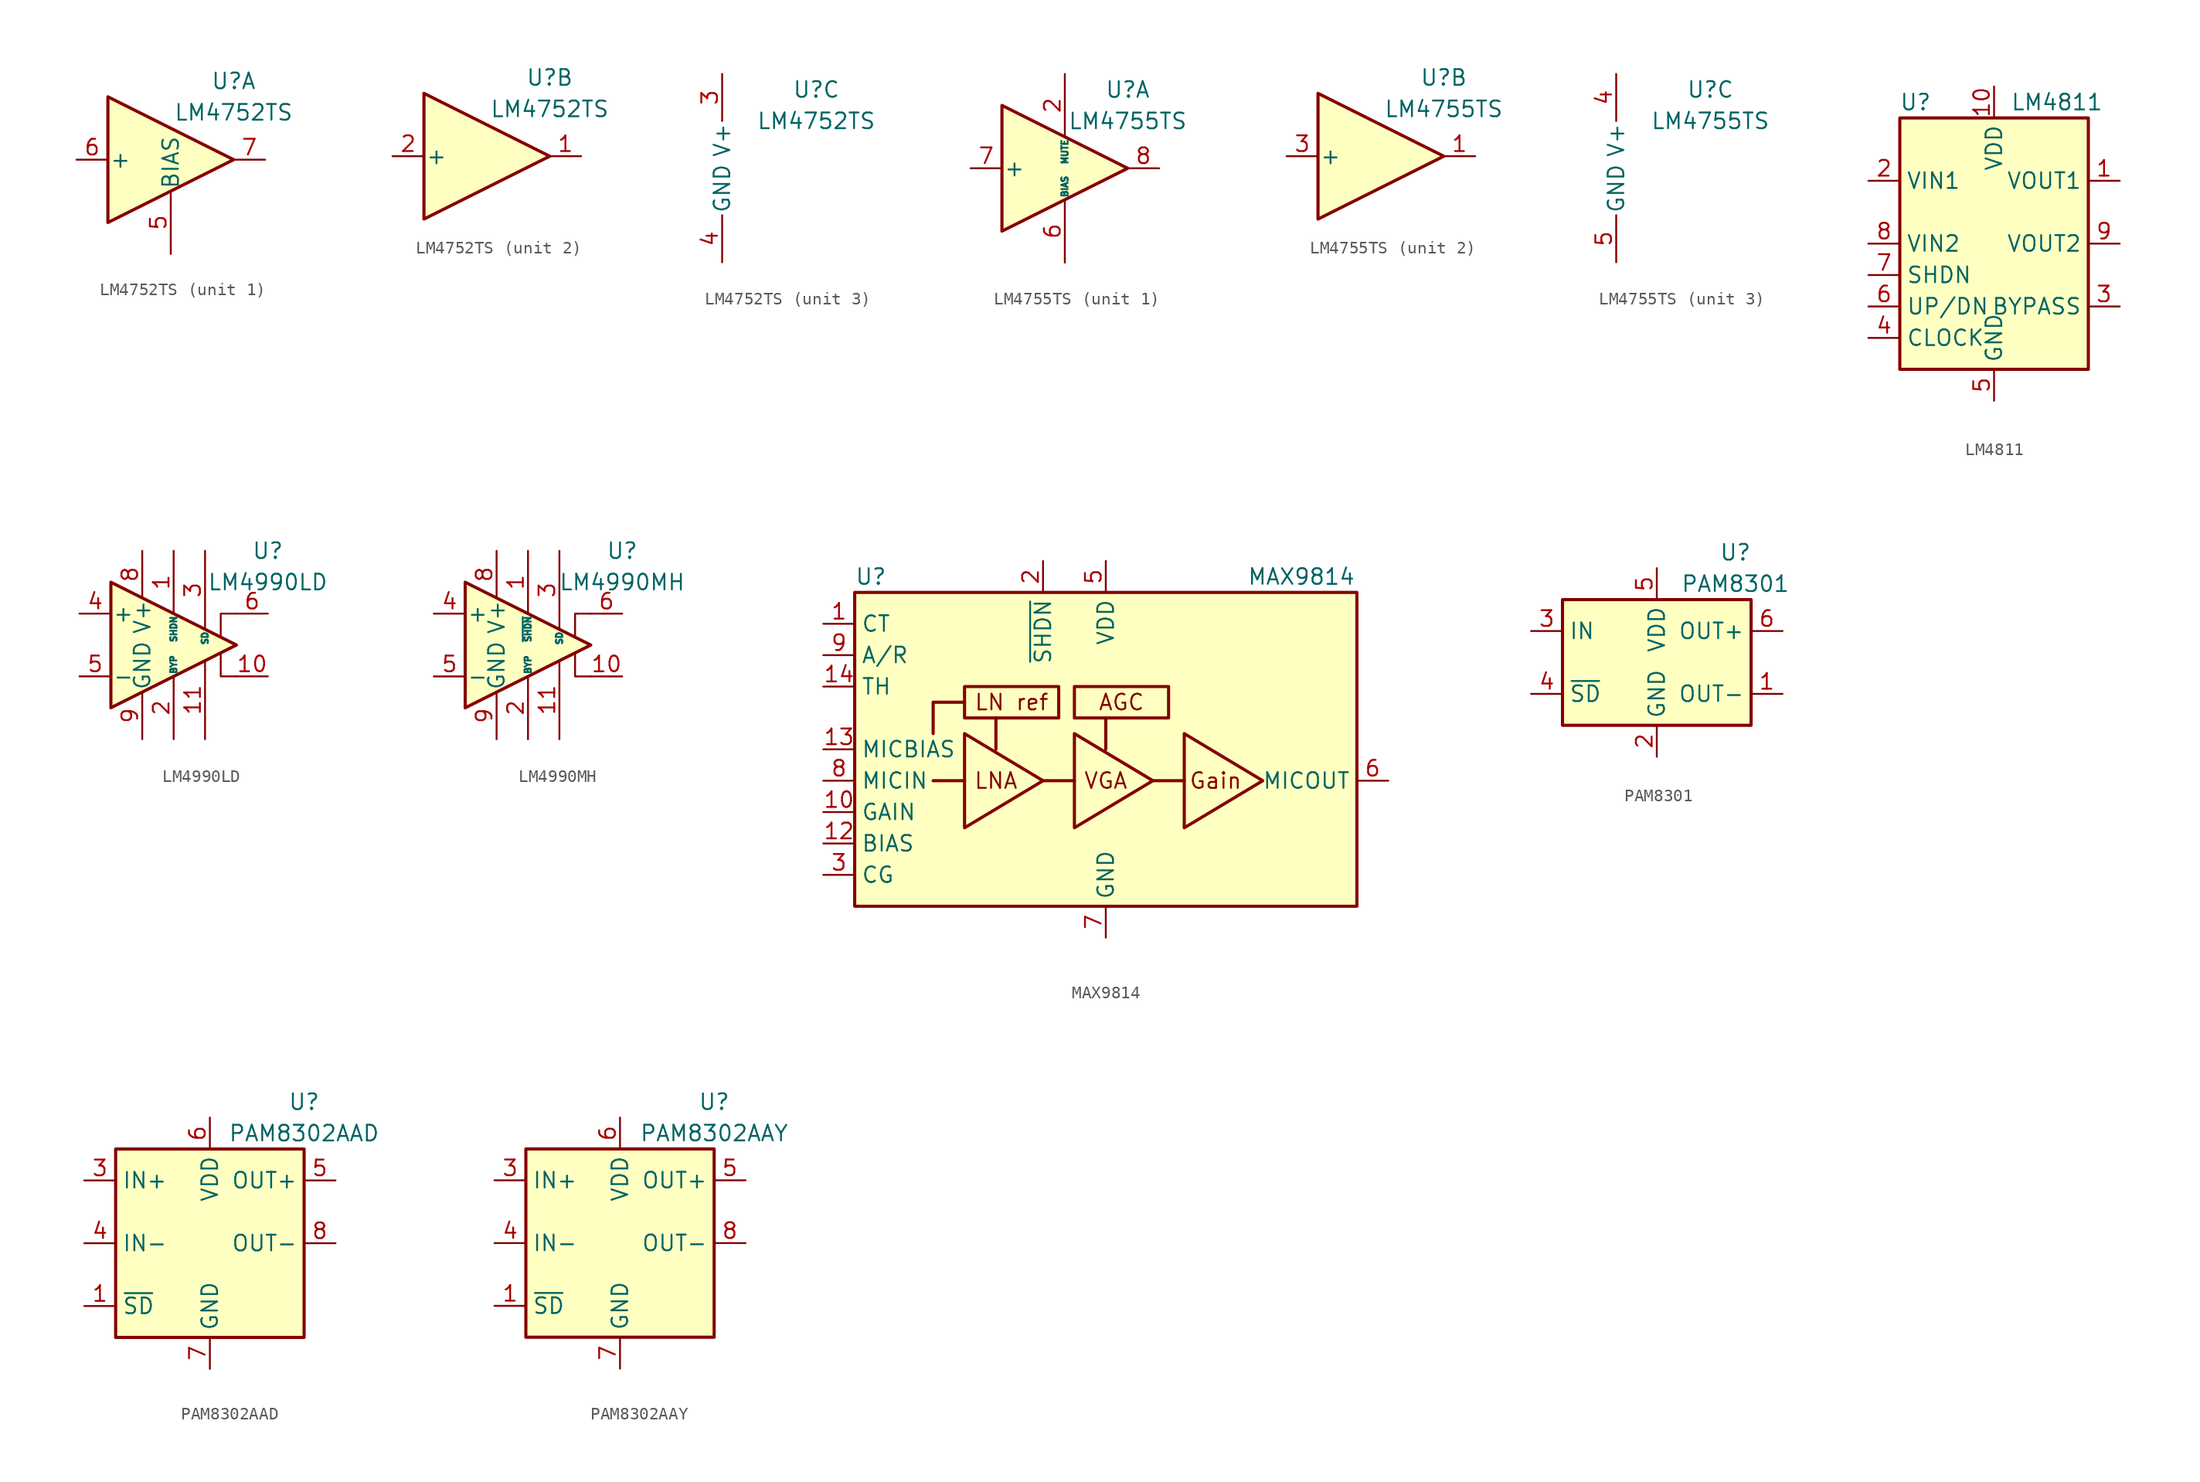
<source format=kicad_sym>
(kicad_symbol_lib
  (version 20201005)
  (generator kicad_symbol_editor)
  (symbol "LM4752TS"
    (pin_names
      (offset 0.127))
    (property "Reference" "U"
      (at 5.08 6.35 0)
      (effects (font (size 1.27 1.27))))
    (property "Value" "LM4752TS"
      (at 5.08 3.81 0)
      (effects (font (size 1.27 1.27))))
    (property "ki_locked" ""
      (at 0 0 0)
      (effects (font (size 1.27 1.27))))
    (symbol "LM4752TS_1_1"
      (polyline (pts (xy -5.08 5.08) (xy 5.08 0) (xy -5.08 -5.08) (xy -5.08 5.08)) (stroke (width 0.254)) (fill (type background)))
      (pin input line (at 0 -7.62 90) (length 5.08) (name "BIAS" (effects (font (size 1.27 1.27)))) (number "5" (effects (font (size 1.27 1.27)))))
      (pin input line (at -7.62 0 0) (length 2.54) (name "+" (effects (font (size 1.27 1.27)))) (number "6" (effects (font (size 1.27 1.27)))))
      (pin output line (at 7.62 0 180) (length 2.54) (name "~" (effects (font (size 1.27 1.27)))) (number "7" (effects (font (size 1.27 1.27))))))
    (symbol "LM4752TS_2_1"
      (polyline (pts (xy -5.08 5.08) (xy 5.08 0) (xy -5.08 -5.08) (xy -5.08 5.08)) (stroke (width 0.254)) (fill (type background)))
      (pin output line (at 7.62 0 180) (length 2.54) (name "~" (effects (font (size 1.27 1.27)))) (number "1" (effects (font (size 1.27 1.27)))))
      (pin input line (at -7.62 0 0) (length 2.54) (name "+" (effects (font (size 1.27 1.27)))) (number "2" (effects (font (size 1.27 1.27))))))
    (symbol "LM4752TS_3_1"
      (pin power_in line (at -2.54 7.62 270) (length 3.81) (name "V+" (effects (font (size 1.27 1.27)))) (number "3" (effects (font (size 1.27 1.27)))))
      (pin power_in line (at -2.54 -7.62 90) (length 3.81) (name "GND" (effects (font (size 1.27 1.27)))) (number "4" (effects (font (size 1.27 1.27)))))))
  (symbol "LM4755TS"
    (pin_names
      (offset 0.127))
    (property "Reference" "U"
      (at 5.08 6.35 0)
      (effects (font (size 1.27 1.27))))
    (property "Value" "LM4755TS"
      (at 5.08 3.81 0)
      (effects (font (size 1.27 1.27))))
    (property "ki_locked" ""
      (at 0 0 0)
      (effects (font (size 1.27 1.27))))
    (symbol "LM4755TS_1_1"
      (polyline (pts (xy -5.08 5.08) (xy 5.08 0) (xy -5.08 -5.08) (xy -5.08 5.08)) (stroke (width 0.254)) (fill (type background)))
      (pin input line (at 0 7.62 270) (length 5.08) (name "MUTE" (effects (font (size 0.508 0.508)))) (number "2" (effects (font (size 1.27 1.27)))))
      (pin input line (at 0 -7.62 90) (length 5.08) (name "BIAS" (effects (font (size 0.508 0.508)))) (number "6" (effects (font (size 1.27 1.27)))))
      (pin input line (at -7.62 0 0) (length 2.54) (name "+" (effects (font (size 1.27 1.27)))) (number "7" (effects (font (size 1.27 1.27)))))
      (pin output line (at 7.62 0 180) (length 2.54) (name "~" (effects (font (size 1.27 1.27)))) (number "8" (effects (font (size 1.27 1.27)))))
      (pin no_connect line (at 0 2.54 270) (length 2.54) hide (name "NC" (effects (font (size 1.27 1.27)))) (number "9" (effects (font (size 1.27 1.27))))))
    (symbol "LM4755TS_2_1"
      (polyline (pts (xy -5.08 5.08) (xy 5.08 0) (xy -5.08 -5.08) (xy -5.08 5.08)) (stroke (width 0.254)) (fill (type background)))
      (pin output line (at 7.62 0 180) (length 2.54) (name "~" (effects (font (size 1.27 1.27)))) (number "1" (effects (font (size 1.27 1.27)))))
      (pin input line (at -7.62 0 0) (length 2.54) (name "+" (effects (font (size 1.27 1.27)))) (number "3" (effects (font (size 1.27 1.27))))))
    (symbol "LM4755TS_3_1"
      (pin power_in line (at -2.54 7.62 270) (length 3.81) (name "V+" (effects (font (size 1.27 1.27)))) (number "4" (effects (font (size 1.27 1.27)))))
      (pin power_in line (at -2.54 -7.62 90) (length 3.81) (name "GND" (effects (font (size 1.27 1.27)))) (number "5" (effects (font (size 1.27 1.27)))))))
  (symbol "LM4811"
    (property "Reference" "U"
      (at -6.35 11.43 0)
      (effects (font (size 1.27 1.27))))
    (property "Value" "LM4811"
      (at 5.08 11.43 0)
      (effects (font (size 1.27 1.27))))
    (symbol "LM4811_0_1"
      (rectangle (start -7.62 10.16) (end 7.62 -10.16) (stroke (width 0.254)) (fill (type background))))
    (symbol "LM4811_1_1"
      (pin output line (at 10.16 5.08 180) (length 2.54) (name "VOUT1" (effects (font (size 1.27 1.27)))) (number "1" (effects (font (size 1.27 1.27)))))
      (pin power_in line (at 0 12.7 270) (length 2.54) (name "VDD" (effects (font (size 1.27 1.27)))) (number "10" (effects (font (size 1.27 1.27)))))
      (pin input line (at -10.16 5.08 0) (length 2.54) (name "VIN1" (effects (font (size 1.27 1.27)))) (number "2" (effects (font (size 1.27 1.27)))))
      (pin passive line (at 10.16 -5.08 180) (length 2.54) (name "BYPASS" (effects (font (size 1.27 1.27)))) (number "3" (effects (font (size 1.27 1.27)))))
      (pin input line (at -10.16 -7.62 0) (length 2.54) (name "CLOCK" (effects (font (size 1.27 1.27)))) (number "4" (effects (font (size 1.27 1.27)))))
      (pin power_in line (at 0 -12.7 90) (length 2.54) (name "GND" (effects (font (size 1.27 1.27)))) (number "5" (effects (font (size 1.27 1.27)))))
      (pin input line (at -10.16 -5.08 0) (length 2.54) (name "UP/DN" (effects (font (size 1.27 1.27)))) (number "6" (effects (font (size 1.27 1.27)))))
      (pin input line (at -10.16 -2.54 0) (length 2.54) (name "SHDN" (effects (font (size 1.27 1.27)))) (number "7" (effects (font (size 1.27 1.27)))))
      (pin input line (at -10.16 0 0) (length 2.54) (name "VIN2" (effects (font (size 1.27 1.27)))) (number "8" (effects (font (size 1.27 1.27)))))
      (pin output line (at 10.16 0 180) (length 2.54) (name "VOUT2" (effects (font (size 1.27 1.27)))) (number "9" (effects (font (size 1.27 1.27)))))))
  (symbol "LM4990LD"
    (pin_names
      (offset 0.127))
    (property "Reference" "U"
      (at 7.62 7.62 0)
      (effects (font (size 1.27 1.27))))
    (property "Value" "LM4990LD"
      (at 7.62 5.08 0)
      (effects (font (size 1.27 1.27))))
    (symbol "LM4990LD_0_1"
      (polyline (pts (xy 3.81 -0.635) (xy 3.81 -2.54) (xy 5.08 -2.54)) (stroke (width 0)) (fill (type none)))
      (polyline (pts (xy 5.08 2.54) (xy 3.81 2.54) (xy 3.81 0.635)) (stroke (width 0)) (fill (type none)))
      (polyline (pts (xy -5.08 5.08) (xy 5.08 0) (xy -5.08 -5.08) (xy -5.08 5.08)) (stroke (width 0.254)) (fill (type background))))
    (symbol "LM4990LD_1_1"
      (pin output line (at 0 7.62 270) (length 5.08) (name "SHDN" (effects (font (size 0.508 0.508)))) (number "1" (effects (font (size 1.27 1.27)))))
      (pin output line (at 7.62 -2.54 180) (length 2.54) (name "~" (effects (font (size 1.27 1.27)))) (number "10" (effects (font (size 1.27 1.27)))))
      (pin power_in line (at 2.54 -7.62 90) (length 6.35) (name "~" (effects (font (size 1.27 1.27)))) (number "11" (effects (font (size 1.27 1.27)))))
      (pin input line (at 0 -7.62 90) (length 5.08) (name "BYP" (effects (font (size 0.508 0.508)))) (number "2" (effects (font (size 1.27 1.27)))))
      (pin input line (at 2.54 7.62 270) (length 6.35) (name "SD" (effects (font (size 0.508 0.508)))) (number "3" (effects (font (size 1.27 1.27)))))
      (pin input line (at -7.62 2.54 0) (length 2.54) (name "+" (effects (font (size 1.27 1.27)))) (number "4" (effects (font (size 1.27 1.27)))))
      (pin input line (at -7.62 -2.54 0) (length 2.54) (name "-" (effects (font (size 1.27 1.27)))) (number "5" (effects (font (size 1.27 1.27)))))
      (pin output line (at 7.62 2.54 180) (length 2.54) (name "~" (effects (font (size 1.27 1.27)))) (number "6" (effects (font (size 1.27 1.27)))))
      (pin no_connect line (at 0 2.54 270) (length 2.54) hide (name "NC" (effects (font (size 1.27 1.27)))) (number "7" (effects (font (size 1.27 1.27)))))
      (pin power_in line (at -2.54 7.62 270) (length 3.81) (name "V+" (effects (font (size 1.27 1.27)))) (number "8" (effects (font (size 1.27 1.27)))))
      (pin power_in line (at -2.54 -7.62 90) (length 3.81) (name "GND" (effects (font (size 1.27 1.27)))) (number "9" (effects (font (size 1.27 1.27)))))))
  (symbol "LM4990MH"
    (pin_names
      (offset 0.127))
    (property "Reference" "U"
      (at 7.62 7.62 0)
      (effects (font (size 1.27 1.27))))
    (property "Value" "LM4990MH"
      (at 7.62 5.08 0)
      (effects (font (size 1.27 1.27))))
    (symbol "LM4990MH_0_1"
      (polyline (pts (xy 3.81 -0.635) (xy 3.81 -2.54) (xy 5.08 -2.54)) (stroke (width 0)) (fill (type none)))
      (polyline (pts (xy 5.08 2.54) (xy 3.81 2.54) (xy 3.81 0.635)) (stroke (width 0)) (fill (type none)))
      (polyline (pts (xy -5.08 5.08) (xy 5.08 0) (xy -5.08 -5.08) (xy -5.08 5.08)) (stroke (width 0.254)) (fill (type background))))
    (symbol "LM4990MH_1_1"
      (pin output line (at 0 7.62 270) (length 5.08) (name "~SHDN" (effects (font (size 0.508 0.508)))) (number "1" (effects (font (size 1.27 1.27)))))
      (pin output line (at 7.62 -2.54 180) (length 2.54) (name "~" (effects (font (size 1.27 1.27)))) (number "10" (effects (font (size 1.27 1.27)))))
      (pin power_in line (at 2.54 -7.62 90) (length 6.35) (name "~" (effects (font (size 1.27 1.27)))) (number "11" (effects (font (size 1.27 1.27)))))
      (pin input line (at 0 -7.62 90) (length 5.08) (name "BYP" (effects (font (size 0.508 0.508)))) (number "2" (effects (font (size 1.27 1.27)))))
      (pin input line (at 2.54 7.62 270) (length 6.35) (name "SD" (effects (font (size 0.508 0.508)))) (number "3" (effects (font (size 1.27 1.27)))))
      (pin input line (at -7.62 2.54 0) (length 2.54) (name "+" (effects (font (size 1.27 1.27)))) (number "4" (effects (font (size 1.27 1.27)))))
      (pin input line (at -7.62 -2.54 0) (length 2.54) (name "-" (effects (font (size 1.27 1.27)))) (number "5" (effects (font (size 1.27 1.27)))))
      (pin output line (at 7.62 2.54 180) (length 2.54) (name "~" (effects (font (size 1.27 1.27)))) (number "6" (effects (font (size 1.27 1.27)))))
      (pin no_connect line (at 0 2.54 270) (length 2.54) hide (name "NC" (effects (font (size 1.27 1.27)))) (number "7" (effects (font (size 1.27 1.27)))))
      (pin power_in line (at -2.54 7.62 270) (length 3.81) (name "V+" (effects (font (size 1.27 1.27)))) (number "8" (effects (font (size 1.27 1.27)))))
      (pin power_in line (at -2.54 -7.62 90) (length 3.81) (name "GND" (effects (font (size 1.27 1.27)))) (number "9" (effects (font (size 1.27 1.27)))))))
  (symbol "MAX9814"
    (property "Reference" "U"
      (at -20.32 13.97 0)
      (effects (font (size 1.27 1.27)) (justify left)))
    (property "Value" "MAX9814"
      (at 11.43 13.97 0)
      (effects (font (size 1.27 1.27)) (justify left)))
    (symbol "MAX9814_0_0"
      (text "AGC" (at 1.27 3.81 0) (effects (font (size 1.27 1.27))))
      (text "Gain" (at 8.89 -2.54 0) (effects (font (size 1.27 1.27))))
      (text "LN ref" (at -7.62 3.81 0) (effects (font (size 1.27 1.27))))
      (text "LNA" (at -8.89 -2.54 0) (effects (font (size 1.27 1.27))))
      (text "VGA" (at 0 -2.54 0) (effects (font (size 1.27 1.27))))
      (rectangle (start -11.43 5.08) (end -3.81 2.54) (stroke (width 0.254)) (fill (type none)))
      (rectangle (start -2.54 5.08) (end 5.08 2.54) (stroke (width 0.254)) (fill (type none)))
      (polyline (pts (xy -11.43 -2.54) (xy -13.97 -2.54)) (stroke (width 0.254)) (fill (type none)))
      (polyline (pts (xy -8.89 2.54) (xy -8.89 0)) (stroke (width 0.254)) (fill (type none)))
      (polyline (pts (xy -2.54 -2.54) (xy -5.08 -2.54)) (stroke (width 0.254)) (fill (type none)))
      (polyline (pts (xy 0 2.54) (xy 0 0)) (stroke (width 0.254)) (fill (type none)))
      (polyline (pts (xy 3.81 -2.54) (xy 6.35 -2.54)) (stroke (width 0.254)) (fill (type none)))
      (polyline (pts (xy -11.43 3.81) (xy -13.97 3.81) (xy -13.97 1.27)) (stroke (width 0.254)) (fill (type none)))
      (polyline (pts (xy -5.08 -2.54) (xy -11.43 1.27) (xy -11.43 -6.35) (xy -5.08 -2.54)) (stroke (width 0.254)) (fill (type none)))
      (polyline (pts (xy 3.81 -2.54) (xy -2.54 1.27) (xy -2.54 -6.35) (xy 3.81 -2.54)) (stroke (width 0.254)) (fill (type none)))
      (polyline (pts (xy 12.7 -2.54) (xy 6.35 1.27) (xy 6.35 -6.35) (xy 12.7 -2.54)) (stroke (width 0.254)) (fill (type none))))
    (symbol "MAX9814_0_1"
      (rectangle (start -20.32 12.7) (end 20.32 -12.7) (stroke (width 0.254)) (fill (type background))))
    (symbol "MAX9814_1_1"
      (pin input line (at -22.86 10.16 0) (length 2.54) (name "CT" (effects (font (size 1.27 1.27)))) (number "1" (effects (font (size 1.27 1.27)))))
      (pin input line (at -22.86 -5.08 0) (length 2.54) (name "GAIN" (effects (font (size 1.27 1.27)))) (number "10" (effects (font (size 1.27 1.27)))))
      (pin passive line (at 0 -15.24 90) (length 2.54) hide (name "GND" (effects (font (size 1.27 1.27)))) (number "11" (effects (font (size 1.27 1.27)))))
      (pin passive line (at -22.86 -7.62 0) (length 2.54) (name "BIAS" (effects (font (size 1.27 1.27)))) (number "12" (effects (font (size 1.27 1.27)))))
      (pin output line (at -22.86 0 0) (length 2.54) (name "MICBIAS" (effects (font (size 1.27 1.27)))) (number "13" (effects (font (size 1.27 1.27)))))
      (pin input line (at -22.86 5.08 0) (length 2.54) (name "TH" (effects (font (size 1.27 1.27)))) (number "14" (effects (font (size 1.27 1.27)))))
      (pin passive line (at 0 -15.24 90) (length 2.54) hide (name "GND" (effects (font (size 1.27 1.27)))) (number "15" (effects (font (size 1.27 1.27)))))
      (pin input line (at -5.08 15.24 270) (length 2.54) (name "~SHDN" (effects (font (size 1.27 1.27)))) (number "2" (effects (font (size 1.27 1.27)))))
      (pin passive line (at -22.86 -10.16 0) (length 2.54) (name "CG" (effects (font (size 1.27 1.27)))) (number "3" (effects (font (size 1.27 1.27)))))
      (pin passive line (at 0 -15.24 90) (length 2.54) hide (name "GND" (effects (font (size 1.27 1.27)))) (number "4" (effects (font (size 1.27 1.27)))))
      (pin power_in line (at 0 15.24 270) (length 2.54) (name "VDD" (effects (font (size 1.27 1.27)))) (number "5" (effects (font (size 1.27 1.27)))))
      (pin output line (at 22.86 -2.54 180) (length 2.54) (name "MICOUT" (effects (font (size 1.27 1.27)))) (number "6" (effects (font (size 1.27 1.27)))))
      (pin power_in line (at 0 -15.24 90) (length 2.54) (name "GND" (effects (font (size 1.27 1.27)))) (number "7" (effects (font (size 1.27 1.27)))))
      (pin input line (at -22.86 -2.54 0) (length 2.54) (name "MICIN" (effects (font (size 1.27 1.27)))) (number "8" (effects (font (size 1.27 1.27)))))
      (pin input line (at -22.86 7.62 0) (length 2.54) (name "A/R" (effects (font (size 1.27 1.27)))) (number "9" (effects (font (size 1.27 1.27)))))))
  (symbol "PAM8301"
    (property "Reference" "U"
      (at 6.35 8.89 0)
      (effects (font (size 1.27 1.27))))
    (property "Value" "PAM8301"
      (at 6.35 6.35 0)
      (effects (font (size 1.27 1.27))))
    (symbol "PAM8301_0_1"
      (rectangle (start -7.62 5.08) (end 7.62 -5.08) (stroke (width 0.254)) (fill (type background))))
    (symbol "PAM8301_1_1"
      (pin output line (at 10.16 -2.54 180) (length 2.54) (name "OUT-" (effects (font (size 1.27 1.27)))) (number "1" (effects (font (size 1.27 1.27)))))
      (pin power_in line (at 0 -7.62 90) (length 2.54) (name "GND" (effects (font (size 1.27 1.27)))) (number "2" (effects (font (size 1.27 1.27)))))
      (pin input line (at -10.16 2.54 0) (length 2.54) (name "IN" (effects (font (size 1.27 1.27)))) (number "3" (effects (font (size 1.27 1.27)))))
      (pin input line (at -10.16 -2.54 0) (length 2.54) (name "~SD" (effects (font (size 1.27 1.27)))) (number "4" (effects (font (size 1.27 1.27)))))
      (pin power_in line (at 0 7.62 270) (length 2.54) (name "VDD" (effects (font (size 1.27 1.27)))) (number "5" (effects (font (size 1.27 1.27)))))
      (pin output line (at 10.16 2.54 180) (length 2.54) (name "OUT+" (effects (font (size 1.27 1.27)))) (number "6" (effects (font (size 1.27 1.27)))))))
  (symbol "PAM8302AAD"
    (property "Reference" "U"
      (at 7.62 11.43 0)
      (effects (font (size 1.27 1.27))))
    (property "Value" "PAM8302AAD"
      (at 7.62 8.89 0)
      (effects (font (size 1.27 1.27))))
    (symbol "PAM8302AAD_0_1"
      (rectangle (start -7.62 7.62) (end 7.62 -7.62) (stroke (width 0.254)) (fill (type background))))
    (symbol "PAM8302AAD_1_1"
      (pin input line (at -10.16 -5.08 0) (length 2.54) (name "~SD" (effects (font (size 1.27 1.27)))) (number "1" (effects (font (size 1.27 1.27)))))
      (pin no_connect line (at 7.62 -5.08 180) (length 2.54) hide (name "NC" (effects (font (size 1.27 1.27)))) (number "2" (effects (font (size 1.27 1.27)))))
      (pin input line (at -10.16 5.08 0) (length 2.54) (name "IN+" (effects (font (size 1.27 1.27)))) (number "3" (effects (font (size 1.27 1.27)))))
      (pin input line (at -10.16 0 0) (length 2.54) (name "IN-" (effects (font (size 1.27 1.27)))) (number "4" (effects (font (size 1.27 1.27)))))
      (pin output line (at 10.16 5.08 180) (length 2.54) (name "OUT+" (effects (font (size 1.27 1.27)))) (number "5" (effects (font (size 1.27 1.27)))))
      (pin power_in line (at 0 10.16 270) (length 2.54) (name "VDD" (effects (font (size 1.27 1.27)))) (number "6" (effects (font (size 1.27 1.27)))))
      (pin power_in line (at 0 -10.16 90) (length 2.54) (name "GND" (effects (font (size 1.27 1.27)))) (number "7" (effects (font (size 1.27 1.27)))))
      (pin output line (at 10.16 0 180) (length 2.54) (name "OUT-" (effects (font (size 1.27 1.27)))) (number "8" (effects (font (size 1.27 1.27)))))))
  (symbol "PAM8302AAY"
    (property "Reference" "U"
      (at 7.62 11.43 0)
      (effects (font (size 1.27 1.27))))
    (property "Value" "PAM8302AAY"
      (at 7.62 8.89 0)
      (effects (font (size 1.27 1.27))))
    (symbol "PAM8302AAY_0_1"
      (rectangle (start -7.62 7.62) (end 7.62 -7.62) (stroke (width 0.254)) (fill (type background))))
    (symbol "PAM8302AAY_1_1"
      (pin input line (at -10.16 -5.08 0) (length 2.54) (name "~SD" (effects (font (size 1.27 1.27)))) (number "1" (effects (font (size 1.27 1.27)))))
      (pin no_connect line (at 7.62 -5.08 180) (length 2.54) hide (name "NC" (effects (font (size 1.27 1.27)))) (number "2" (effects (font (size 1.27 1.27)))))
      (pin input line (at -10.16 5.08 0) (length 2.54) (name "IN+" (effects (font (size 1.27 1.27)))) (number "3" (effects (font (size 1.27 1.27)))))
      (pin input line (at -10.16 0 0) (length 2.54) (name "IN-" (effects (font (size 1.27 1.27)))) (number "4" (effects (font (size 1.27 1.27)))))
      (pin output line (at 10.16 5.08 180) (length 2.54) (name "OUT+" (effects (font (size 1.27 1.27)))) (number "5" (effects (font (size 1.27 1.27)))))
      (pin power_in line (at 0 10.16 270) (length 2.54) (name "VDD" (effects (font (size 1.27 1.27)))) (number "6" (effects (font (size 1.27 1.27)))))
      (pin power_in line (at 0 -10.16 90) (length 2.54) (name "GND" (effects (font (size 1.27 1.27)))) (number "7" (effects (font (size 1.27 1.27)))))
      (pin output line (at 10.16 0 180) (length 2.54) (name "OUT-" (effects (font (size 1.27 1.27)))) (number "8" (effects (font (size 1.27 1.27))))))))
</source>
